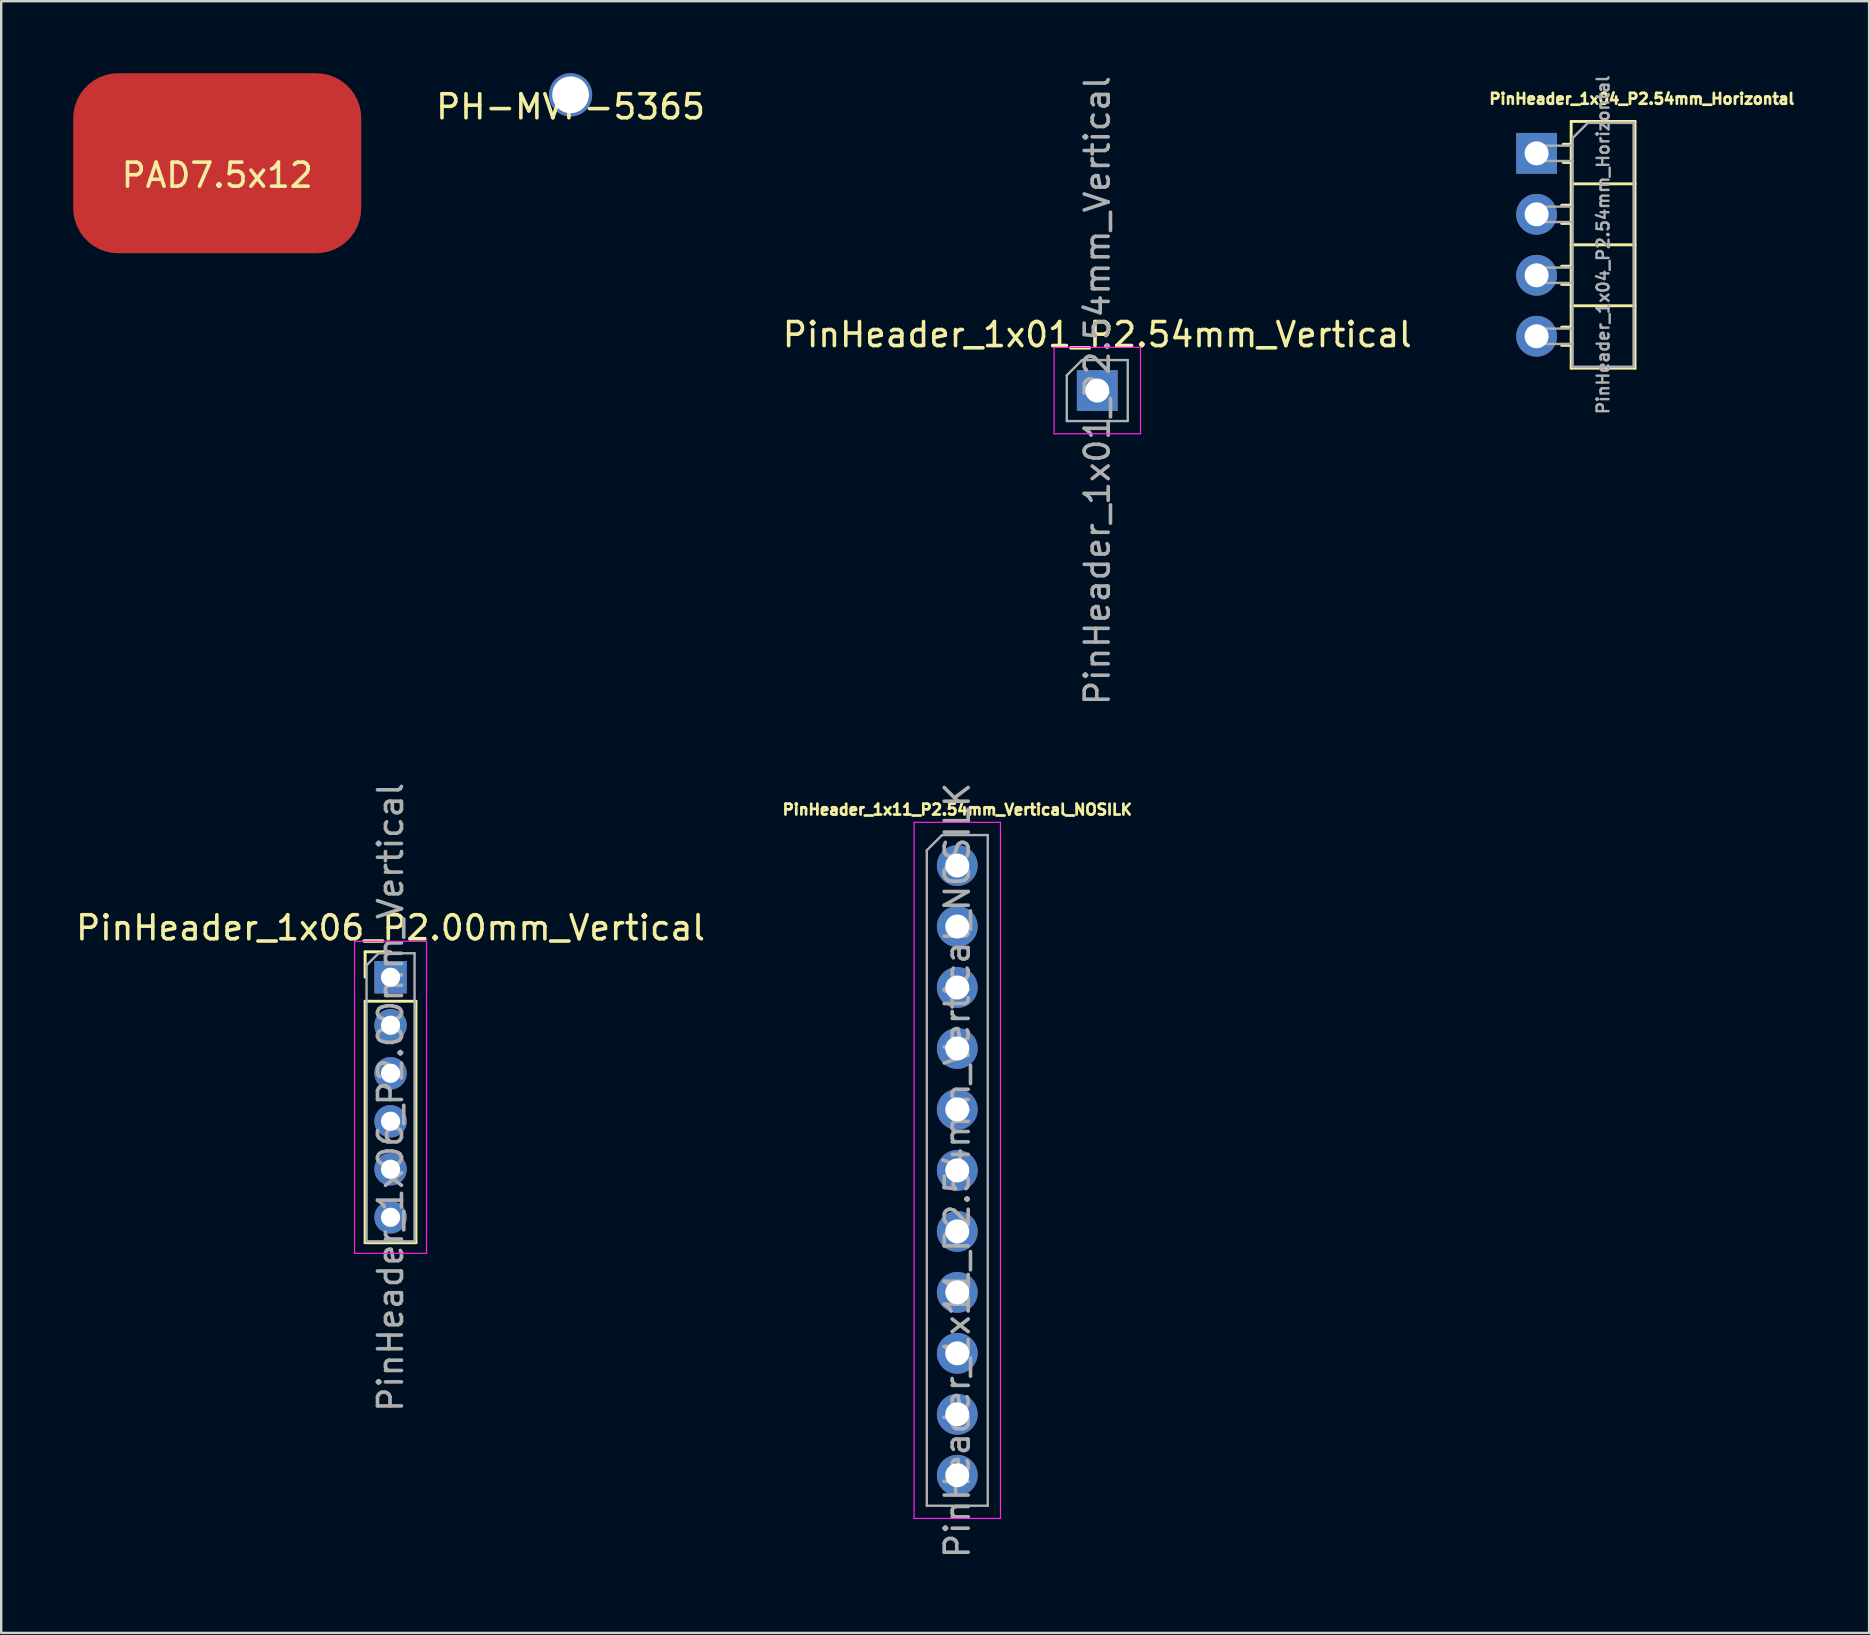
<source format=kicad_pcb>
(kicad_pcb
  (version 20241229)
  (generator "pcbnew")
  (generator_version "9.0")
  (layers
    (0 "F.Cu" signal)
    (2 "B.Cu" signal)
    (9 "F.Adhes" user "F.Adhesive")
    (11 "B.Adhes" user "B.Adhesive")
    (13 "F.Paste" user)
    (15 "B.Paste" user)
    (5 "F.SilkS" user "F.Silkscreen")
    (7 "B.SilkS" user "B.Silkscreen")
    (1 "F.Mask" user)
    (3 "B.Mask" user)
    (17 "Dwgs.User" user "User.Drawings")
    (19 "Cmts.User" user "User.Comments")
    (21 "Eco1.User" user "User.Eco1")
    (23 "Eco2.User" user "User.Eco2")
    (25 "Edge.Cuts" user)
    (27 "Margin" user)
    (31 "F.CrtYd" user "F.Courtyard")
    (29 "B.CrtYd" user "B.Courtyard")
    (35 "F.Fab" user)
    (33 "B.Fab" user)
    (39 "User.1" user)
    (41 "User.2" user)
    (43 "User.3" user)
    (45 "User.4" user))
  (footprint "PH-MVF-5365"
    (layer "F.Cu")
    (at 20.72 0.9)
    (property "Reference" "PH-MVF-5365" (at 0 0.5 0) (layer "F.SilkS") (effects (font (size 1 1) (thickness 0.15))))
    (attr through_hole)
    (pad "1" thru_hole circle (at 0 0) (size 1.8 1.8) (drill 1.53) (layers "*.Cu" "*.Mask")))
  (footprint "PinHeader_1x01_P2.54mm_Vertical"
    (layer "F.Cu")
    (at 42.661 13.22)
    (property "Reference" "PinHeader_1x01_P2.54mm_Vertical" (at 0 -2.33 0) (layer "F.SilkS") (effects (font (size 1 1) (thickness 0.15))))
    (attr through_hole)
    (fp_line (start -1.8 -1.8) (end -1.8 1.8) (stroke (width 0.05) (type solid)) (layer "F.CrtYd"))
    (fp_line (start -1.8 1.8) (end 1.8 1.8) (stroke (width 0.05) (type solid)) (layer "F.CrtYd"))
    (fp_line (start 1.8 -1.8) (end -1.8 -1.8) (stroke (width 0.05) (type solid)) (layer "F.CrtYd"))
    (fp_line (start 1.8 1.8) (end 1.8 -1.8) (stroke (width 0.05) (type solid)) (layer "F.CrtYd"))
    (fp_line (start -1.27 -0.635) (end -0.635 -1.27) (stroke (width 0.1) (type solid)) (layer "F.Fab"))
    (fp_line (start -1.27 1.27) (end -1.27 -0.635) (stroke (width 0.1) (type solid)) (layer "F.Fab"))
    (fp_line (start -0.635 -1.27) (end 1.27 -1.27) (stroke (width 0.1) (type solid)) (layer "F.Fab"))
    (fp_line (start 1.27 -1.27) (end 1.27 1.27) (stroke (width 0.1) (type solid)) (layer "F.Fab"))
    (fp_line (start 1.27 1.27) (end -1.27 1.27) (stroke (width 0.1) (type solid)) (layer "F.Fab"))
    (fp_text user "${REFERENCE}" (at 0 0 90) (layer "F.Fab") (effects (font (size 1 1) (thickness 0.15))))
    (pad "1" thru_hole rect (at 0 0) (size 1.7 1.7) (drill 1) (layers "*.Cu" "*.Mask")))
  (footprint "PinHeader_1x06_P2.00mm_Vertical"
    (layer "F.Cu")
    (at 13.22 37.661)
    (property "Reference" "PinHeader_1x06_P2.00mm_Vertical" (at 0 -2.06 0) (layer "F.SilkS") (effects (font (size 1 1) (thickness 0.15))))
    (attr through_hole)
    (fp_line (start -1.06 -1.06) (end 0 -1.06) (stroke (width 0.12) (type solid)) (layer "F.SilkS"))
    (fp_line (start -1.06 0) (end -1.06 -1.06) (stroke (width 0.12) (type solid)) (layer "F.SilkS"))
    (fp_line (start -1.06 1) (end -1.06 11.06) (stroke (width 0.12) (type solid)) (layer "F.SilkS"))
    (fp_line (start -1.06 1) (end 1.06 1) (stroke (width 0.12) (type solid)) (layer "F.SilkS"))
    (fp_line (start -1.06 11.06) (end 1.06 11.06) (stroke (width 0.12) (type solid)) (layer "F.SilkS"))
    (fp_line (start 1.06 1) (end 1.06 11.06) (stroke (width 0.12) (type solid)) (layer "F.SilkS"))
    (fp_line (start -1.5 -1.5) (end -1.5 11.5) (stroke (width 0.05) (type solid)) (layer "F.CrtYd"))
    (fp_line (start -1.5 11.5) (end 1.5 11.5) (stroke (width 0.05) (type solid)) (layer "F.CrtYd"))
    (fp_line (start 1.5 -1.5) (end -1.5 -1.5) (stroke (width 0.05) (type solid)) (layer "F.CrtYd"))
    (fp_line (start 1.5 11.5) (end 1.5 -1.5) (stroke (width 0.05) (type solid)) (layer "F.CrtYd"))
    (fp_line (start -1 -0.5) (end -0.5 -1) (stroke (width 0.1) (type solid)) (layer "F.Fab"))
    (fp_line (start -1 11) (end -1 -0.5) (stroke (width 0.1) (type solid)) (layer "F.Fab"))
    (fp_line (start -0.5 -1) (end 1 -1) (stroke (width 0.1) (type solid)) (layer "F.Fab"))
    (fp_line (start 1 -1) (end 1 11) (stroke (width 0.1) (type solid)) (layer "F.Fab"))
    (fp_line (start 1 11) (end -1 11) (stroke (width 0.1) (type solid)) (layer "F.Fab"))
    (fp_text user "${REFERENCE}" (at 0 5 90) (layer "F.Fab") (effects (font (size 1 1) (thickness 0.15))))
    (pad "1" thru_hole rect (at 0 0) (size 1.35 1.35) (drill 0.8) (layers "*.Cu" "*.Mask"))
    (pad "2" thru_hole oval (at 0 2) (size 1.35 1.35) (drill 0.8) (layers "*.Cu" "*.Mask"))
    (pad "3" thru_hole oval (at 0 4) (size 1.35 1.35) (drill 0.8) (layers "*.Cu" "*.Mask"))
    (pad "4" thru_hole oval (at 0 6) (size 1.35 1.35) (drill 0.8) (layers "*.Cu" "*.Mask"))
    (pad "5" thru_hole oval (at 0 8) (size 1.35 1.35) (drill 0.8) (layers "*.Cu" "*.Mask"))
    (pad "6" thru_hole oval (at 0 10) (size 1.35 1.35) (drill 0.8) (layers "*.Cu" "*.Mask")))
  (footprint "PAD7.5x12"
    (layer "F.Cu")
    (at 6 3.75)
    (property "Reference" "PAD7.5x12" (at 0 0.5 0) (layer "F.SilkS") (effects (font (size 1 1) (thickness 0.15))))
    (attr through_hole)
    (pad "1" smd roundrect (at 0 0) (size 12 7.5) (layers "F.Cu" "F.Mask" "F.Paste") (roundrect_rratio 0.25)))
  (footprint "PinHeader_1x04_P2.54mm_Horizontal"
    (layer "F.Cu")
    (at 60.963 7.188)
    (property "Reference" "PinHeader_1x04_P2.54mm_Horizontal" (at 4.385 -6.12 0) (layer "F.SilkS") (effects (font (size 0.45 0.45) (thickness 0.113))))
    (attr through_hole)
    (fp_line (start 1.043 -1.69) (end 1.44 -1.69) (stroke (width 0.12) (type solid)) (layer "F.SilkS"))
    (fp_line (start 1.043 -0.93) (end 1.44 -0.93) (stroke (width 0.12) (type solid)) (layer "F.SilkS"))
    (fp_line (start 1.043 0.85) (end 1.44 0.85) (stroke (width 0.12) (type solid)) (layer "F.SilkS"))
    (fp_line (start 1.043 1.61) (end 1.44 1.61) (stroke (width 0.12) (type solid)) (layer "F.SilkS"))
    (fp_line (start 1.043 3.39) (end 1.44 3.39) (stroke (width 0.12) (type solid)) (layer "F.SilkS"))
    (fp_line (start 1.043 4.15) (end 1.44 4.15) (stroke (width 0.12) (type solid)) (layer "F.SilkS"))
    (fp_line (start 1.11 -4.23) (end 1.44 -4.23) (stroke (width 0.12) (type solid)) (layer "F.SilkS"))
    (fp_line (start 1.11 -3.47) (end 1.44 -3.47) (stroke (width 0.12) (type solid)) (layer "F.SilkS"))
    (fp_line (start 1.44 -5.18) (end 1.44 5.1) (stroke (width 0.12) (type solid)) (layer "F.SilkS"))
    (fp_line (start 1.44 -2.58) (end 4.1 -2.58) (stroke (width 0.12) (type solid)) (layer "F.SilkS"))
    (fp_line (start 1.44 -0.04) (end 4.1 -0.04) (stroke (width 0.12) (type solid)) (layer "F.SilkS"))
    (fp_line (start 1.44 2.5) (end 4.1 2.5) (stroke (width 0.12) (type solid)) (layer "F.SilkS"))
    (fp_line (start 1.44 5.1) (end 4.1 5.1) (stroke (width 0.12) (type solid)) (layer "F.SilkS"))
    (fp_line (start 4.1 -5.18) (end 1.44 -5.18) (stroke (width 0.12) (type solid)) (layer "F.SilkS"))
    (fp_line (start 4.1 5.1) (end 4.1 -5.18) (stroke (width 0.12) (type solid)) (layer "F.SilkS"))
    (fp_line (start -0.32 -4.17) (end -0.32 -3.53) (stroke (width 0.1) (type solid)) (layer "F.Fab"))
    (fp_line (start -0.32 -4.17) (end 1.5 -4.17) (stroke (width 0.1) (type solid)) (layer "F.Fab"))
    (fp_line (start -0.32 -3.53) (end 1.5 -3.53) (stroke (width 0.1) (type solid)) (layer "F.Fab"))
    (fp_line (start -0.32 -1.63) (end -0.32 -0.99) (stroke (width 0.1) (type solid)) (layer "F.Fab"))
    (fp_line (start -0.32 -1.63) (end 1.5 -1.63) (stroke (width 0.1) (type solid)) (layer "F.Fab"))
    (fp_line (start -0.32 -0.99) (end 1.5 -0.99) (stroke (width 0.1) (type solid)) (layer "F.Fab"))
    (fp_line (start -0.32 0.91) (end -0.32 1.55) (stroke (width 0.1) (type solid)) (layer "F.Fab"))
    (fp_line (start -0.32 0.91) (end 1.5 0.91) (stroke (width 0.1) (type solid)) (layer "F.Fab"))
    (fp_line (start -0.32 1.55) (end 1.5 1.55) (stroke (width 0.1) (type solid)) (layer "F.Fab"))
    (fp_line (start -0.32 3.45) (end -0.32 4.09) (stroke (width 0.1) (type solid)) (layer "F.Fab"))
    (fp_line (start -0.32 3.45) (end 1.5 3.45) (stroke (width 0.1) (type solid)) (layer "F.Fab"))
    (fp_line (start -0.32 4.09) (end 1.5 4.09) (stroke (width 0.1) (type solid)) (layer "F.Fab"))
    (fp_line (start 1.5 -4.485) (end 2.135 -5.12) (stroke (width 0.1) (type solid)) (layer "F.Fab"))
    (fp_line (start 1.5 5.04) (end 1.5 -4.485) (stroke (width 0.1) (type solid)) (layer "F.Fab"))
    (fp_line (start 2.135 -5.12) (end 4.04 -5.12) (stroke (width 0.1) (type solid)) (layer "F.Fab"))
    (fp_line (start 4.04 -5.12) (end 4.04 5.04) (stroke (width 0.1) (type solid)) (layer "F.Fab"))
    (fp_line (start 4.04 5.04) (end 1.5 5.04) (stroke (width 0.1) (type solid)) (layer "F.Fab"))
    (fp_text user "${REFERENCE}" (at 2.77 -0.04 90) (layer "F.Fab") (effects (font (size 0.5 0.5) (thickness 0.1))))
    (pad "1" thru_hole rect (at 0 -3.85) (size 1.7 1.7) (drill 1) (layers "*.Cu" "*.Mask"))
    (pad "2" thru_hole oval (at 0 -1.31) (size 1.7 1.7) (drill 1) (layers "*.Cu" "*.Mask"))
    (pad "3" thru_hole oval (at 0 1.23) (size 1.7 1.7) (drill 1) (layers "*.Cu" "*.Mask"))
    (pad "4" thru_hole oval (at 0 3.77) (size 1.7 1.7) (drill 1) (layers "*.Cu" "*.Mask")))
  (footprint "PinHeader_1x11_P2.54mm_Vertical_NOSILK"
    (layer "F.Cu")
    (at 36.829 33.008)
    (property "Reference" "PinHeader_1x11_P2.54mm_Vertical_NOSILK" (at 0 -2.33 0) (layer "F.SilkS") (effects (font (size 0.45 0.45) (thickness 0.113))))
    (attr through_hole)
    (fp_line (start -1.8 -1.8) (end -1.8 27.2) (stroke (width 0.05) (type solid)) (layer "F.CrtYd"))
    (fp_line (start -1.8 27.2) (end 1.8 27.2) (stroke (width 0.05) (type solid)) (layer "F.CrtYd"))
    (fp_line (start 1.8 -1.8) (end -1.8 -1.8) (stroke (width 0.05) (type solid)) (layer "F.CrtYd"))
    (fp_line (start 1.8 27.2) (end 1.8 -1.8) (stroke (width 0.05) (type solid)) (layer "F.CrtYd"))
    (fp_line (start -1.27 -0.635) (end -0.635 -1.27) (stroke (width 0.1) (type solid)) (layer "F.Fab"))
    (fp_line (start -1.27 26.67) (end -1.27 -0.635) (stroke (width 0.1) (type solid)) (layer "F.Fab"))
    (fp_line (start -0.635 -1.27) (end 1.27 -1.27) (stroke (width 0.1) (type solid)) (layer "F.Fab"))
    (fp_line (start 1.27 -1.27) (end 1.27 26.67) (stroke (width 0.1) (type solid)) (layer "F.Fab"))
    (fp_line (start 1.27 26.67) (end -1.27 26.67) (stroke (width 0.1) (type solid)) (layer "F.Fab"))
    (fp_text user "${REFERENCE}" (at 0 12.7 90) (layer "F.Fab") (effects (font (size 1 1) (thickness 0.15))))
    (pad "1" thru_hole circle (at 0 0) (size 1.7 1.7) (drill 1) (layers "*.Cu" "*.Mask"))
    (pad "2" thru_hole oval (at 0 2.54) (size 1.7 1.7) (drill 1) (layers "*.Cu" "*.Mask"))
    (pad "3" thru_hole oval (at 0 5.08) (size 1.7 1.7) (drill 1) (layers "*.Cu" "*.Mask"))
    (pad "4" thru_hole oval (at 0 7.62) (size 1.7 1.7) (drill 1) (layers "*.Cu" "*.Mask"))
    (pad "5" thru_hole oval (at 0 10.16) (size 1.7 1.7) (drill 1) (layers "*.Cu" "*.Mask"))
    (pad "6" thru_hole oval (at 0 12.7) (size 1.7 1.7) (drill 1) (layers "*.Cu" "*.Mask"))
    (pad "7" thru_hole oval (at 0 15.24) (size 1.7 1.7) (drill 1) (layers "*.Cu" "*.Mask"))
    (pad "8" thru_hole oval (at 0 17.78) (size 1.7 1.7) (drill 1) (layers "*.Cu" "*.Mask"))
    (pad "9" thru_hole oval (at 0 20.32) (size 1.7 1.7) (drill 1) (layers "*.Cu" "*.Mask"))
    (pad "10" thru_hole oval (at 0 22.86) (size 1.7 1.7) (drill 1) (layers "*.Cu" "*.Mask"))
    (pad "11" thru_hole oval (at 0 25.4) (size 1.7 1.7) (drill 1) (layers "*.Cu" "*.Mask")))
  (gr_rect
    (start -3 -3)
    (end 74.814 64.976)
    (stroke (width 0.1) (type default))
    (fill no)
    (layer "Edge.Cuts")))
</source>
